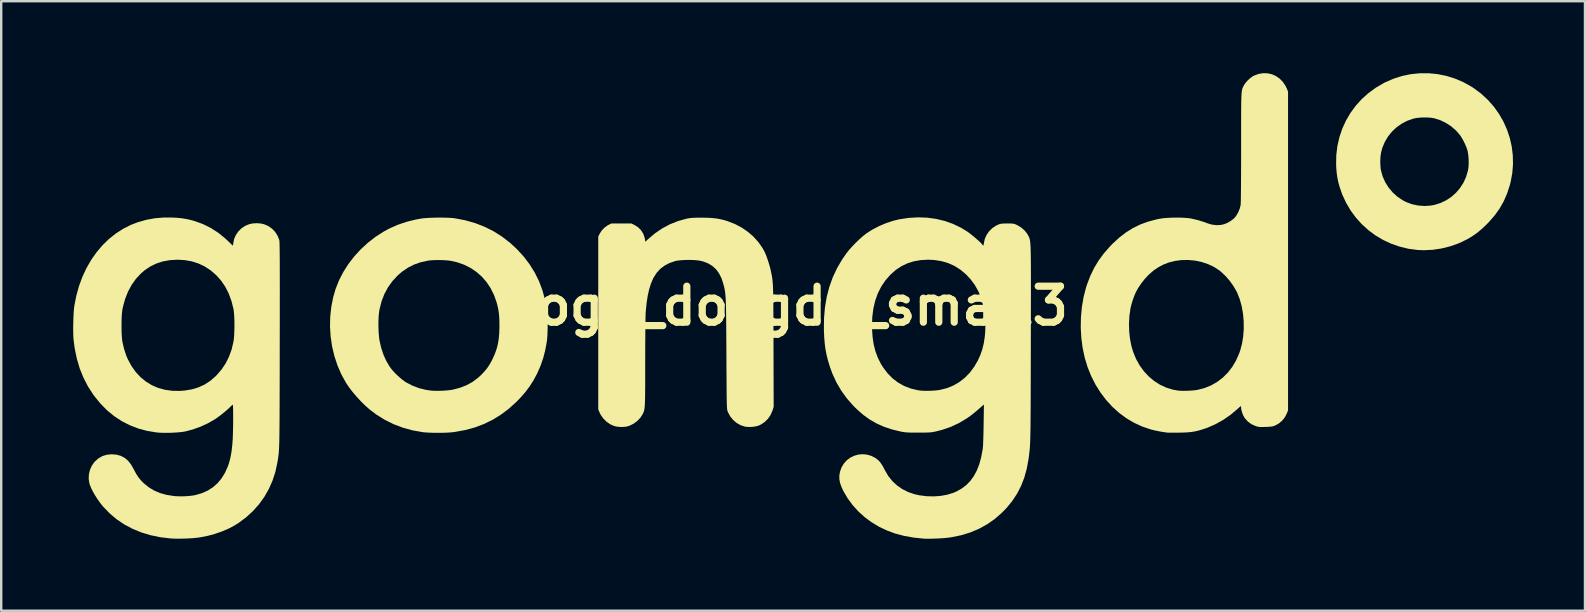
<source format=kicad_pcb>
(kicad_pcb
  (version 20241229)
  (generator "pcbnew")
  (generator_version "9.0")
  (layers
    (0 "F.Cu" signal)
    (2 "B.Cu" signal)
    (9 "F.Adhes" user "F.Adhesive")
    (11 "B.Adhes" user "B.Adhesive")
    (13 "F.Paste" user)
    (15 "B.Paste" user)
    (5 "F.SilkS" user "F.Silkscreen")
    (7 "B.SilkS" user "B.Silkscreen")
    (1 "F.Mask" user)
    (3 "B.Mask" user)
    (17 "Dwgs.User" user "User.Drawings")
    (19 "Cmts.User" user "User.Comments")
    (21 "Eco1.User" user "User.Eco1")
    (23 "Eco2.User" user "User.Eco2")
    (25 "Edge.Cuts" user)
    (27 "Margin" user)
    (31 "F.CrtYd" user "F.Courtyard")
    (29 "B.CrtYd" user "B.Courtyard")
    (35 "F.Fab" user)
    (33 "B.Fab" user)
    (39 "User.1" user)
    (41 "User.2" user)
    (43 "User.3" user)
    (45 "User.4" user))
  (footprint "logo_dongdo_small3"
    (layer "F.Cu")
    (at 29.999 9.698)
    (property "Reference" "logo_dongdo_small3" (at 0 0 0) (layer "F.SilkS") (effects (font (size 1.5 1.5) (thickness 0.3))))
    (attr board_only exclude_from_pos_files exclude_from_bom)
    (fp_poly (pts (xy 26.852 -9.66) (xy 27.217 -9.587) (xy 27.574 -9.476) (xy 27.922 -9.329) (xy 28.255 -9.145) (xy 28.37 -9.071) (xy 28.676 -8.842) (xy 28.952 -8.586) (xy 29.199 -8.307) (xy 29.414 -8.006) (xy 29.598 -7.687) (xy 29.748 -7.352) (xy 29.865 -7.004) (xy 29.946 -6.646) (xy 29.991 -6.28) (xy 30 -5.909) (xy 29.97 -5.536) (xy 29.901 -5.163) (xy 29.866 -5.027) (xy 29.753 -4.681) (xy 29.613 -4.361) (xy 29.443 -4.06) (xy 29.239 -3.775) (xy 28.999 -3.499) (xy 28.918 -3.415) (xy 28.736 -3.241) (xy 28.566 -3.094) (xy 28.396 -2.966) (xy 28.217 -2.851) (xy 28.06 -2.762) (xy 27.733 -2.607) (xy 27.386 -2.484) (xy 27.028 -2.395) (xy 26.663 -2.34) (xy 26.299 -2.321) (xy 26.028 -2.331) (xy 25.647 -2.381) (xy 25.279 -2.469) (xy 24.925 -2.592) (xy 24.588 -2.749) (xy 24.27 -2.938) (xy 23.973 -3.158) (xy 23.699 -3.406) (xy 23.451 -3.681) (xy 23.231 -3.981) (xy 23.041 -4.305) (xy 22.882 -4.649) (xy 22.777 -4.951) (xy 22.721 -5.153) (xy 22.681 -5.345) (xy 22.653 -5.541) (xy 22.635 -5.753) (xy 22.629 -5.899) (xy 22.632 -6.069) (xy 24.469 -6.069) (xy 24.471 -5.896) (xy 24.484 -5.734) (xy 24.5 -5.64) (xy 24.572 -5.385) (xy 24.681 -5.145) (xy 24.823 -4.921) (xy 24.995 -4.72) (xy 25.194 -4.543) (xy 25.417 -4.395) (xy 25.55 -4.327) (xy 25.789 -4.238) (xy 26.044 -4.184) (xy 26.306 -4.164) (xy 26.568 -4.181) (xy 26.724 -4.209) (xy 26.977 -4.287) (xy 27.214 -4.4) (xy 27.431 -4.544) (xy 27.626 -4.717) (xy 27.795 -4.916) (xy 27.936 -5.136) (xy 28.045 -5.376) (xy 28.12 -5.631) (xy 28.138 -5.725) (xy 28.15 -5.85) (xy 28.153 -5.997) (xy 28.148 -6.154) (xy 28.134 -6.304) (xy 28.113 -6.433) (xy 28.106 -6.467) (xy 28.063 -6.598) (xy 28.001 -6.746) (xy 27.927 -6.895) (xy 27.848 -7.033) (xy 27.791 -7.117) (xy 27.622 -7.312) (xy 27.423 -7.484) (xy 27.2 -7.629) (xy 26.96 -7.743) (xy 26.724 -7.818) (xy 26.602 -7.839) (xy 26.454 -7.851) (xy 26.292 -7.854) (xy 26.13 -7.847) (xy 25.981 -7.831) (xy 25.857 -7.807) (xy 25.856 -7.807) (xy 25.6 -7.718) (xy 25.362 -7.595) (xy 25.145 -7.441) (xy 24.953 -7.26) (xy 24.789 -7.055) (xy 24.655 -6.828) (xy 24.553 -6.583) (xy 24.5 -6.381) (xy 24.479 -6.236) (xy 24.469 -6.069) (xy 22.632 -6.069) (xy 22.636 -6.287) (xy 22.682 -6.665) (xy 22.766 -7.032) (xy 22.885 -7.385) (xy 23.039 -7.722) (xy 23.226 -8.041) (xy 23.445 -8.34) (xy 23.695 -8.617) (xy 23.975 -8.868) (xy 24.283 -9.093) (xy 24.617 -9.289) (xy 24.667 -9.314) (xy 25.015 -9.466) (xy 25.374 -9.581) (xy 25.74 -9.657) (xy 26.11 -9.695) (xy 26.482 -9.696)) (stroke (width 0) (type solid)) (fill yes) (layer "F.SilkS"))
    (fp_poly (pts (xy -14.51 -3.678) (xy -14.345 -3.673) (xy -14.203 -3.664) (xy -14.099 -3.652) (xy -13.663 -3.569) (xy -13.249 -3.451) (xy -12.855 -3.298) (xy -12.481 -3.11) (xy -12.128 -2.887) (xy -11.794 -2.629) (xy -11.514 -2.372) (xy -11.228 -2.06) (xy -10.979 -1.733) (xy -10.766 -1.39) (xy -10.587 -1.028) (xy -10.443 -0.645) (xy -10.333 -0.24) (xy -10.264 0.122) (xy -10.247 0.266) (xy -10.235 0.44) (xy -10.229 0.633) (xy -10.227 0.836) (xy -10.23 1.037) (xy -10.238 1.227) (xy -10.251 1.394) (xy -10.264 1.5) (xy -10.329 1.85) (xy -10.413 2.174) (xy -10.52 2.483) (xy -10.653 2.787) (xy -10.672 2.828) (xy -10.818 3.101) (xy -10.978 3.353) (xy -11.158 3.593) (xy -11.366 3.83) (xy -11.538 4.006) (xy -11.853 4.29) (xy -12.182 4.536) (xy -12.526 4.747) (xy -12.888 4.923) (xy -13.27 5.066) (xy -13.674 5.175) (xy -14.102 5.252) (xy -14.156 5.26) (xy -14.287 5.272) (xy -14.449 5.282) (xy -14.63 5.287) (xy -14.82 5.288) (xy -15.008 5.286) (xy -15.185 5.28) (xy -15.34 5.27) (xy -15.437 5.26) (xy -15.859 5.185) (xy -16.264 5.074) (xy -16.651 4.927) (xy -17.02 4.743) (xy -17.372 4.523) (xy -17.626 4.332) (xy -17.812 4.17) (xy -18.003 3.983) (xy -18.191 3.78) (xy -18.367 3.571) (xy -18.522 3.366) (xy -18.629 3.206) (xy -18.824 2.854) (xy -18.985 2.482) (xy -19.114 2.093) (xy -19.209 1.692) (xy -19.27 1.283) (xy -19.297 0.869) (xy -19.294 0.711) (xy -17.28 0.711) (xy -17.278 0.912) (xy -17.27 1.109) (xy -17.255 1.291) (xy -17.233 1.447) (xy -17.233 1.447) (xy -17.164 1.748) (xy -17.07 2.032) (xy -16.952 2.294) (xy -16.814 2.527) (xy -16.763 2.599) (xy -16.666 2.716) (xy -16.547 2.84) (xy -16.416 2.963) (xy -16.284 3.073) (xy -16.161 3.163) (xy -16.133 3.181) (xy -15.877 3.316) (xy -15.598 3.423) (xy -15.306 3.497) (xy -15.113 3.526) (xy -14.968 3.537) (xy -14.799 3.539) (xy -14.618 3.534) (xy -14.439 3.523) (xy -14.276 3.505) (xy -14.171 3.487) (xy -13.873 3.409) (xy -13.602 3.302) (xy -13.353 3.164) (xy -13.125 2.993) (xy -12.979 2.856) (xy -12.85 2.718) (xy -12.745 2.589) (xy -12.654 2.453) (xy -12.567 2.298) (xy -12.527 2.22) (xy -12.434 2.013) (xy -12.36 1.811) (xy -12.306 1.607) (xy -12.268 1.391) (xy -12.246 1.154) (xy -12.237 0.89) (xy -12.237 0.821) (xy -12.239 0.613) (xy -12.248 0.435) (xy -12.263 0.277) (xy -12.287 0.129) (xy -12.32 -0.02) (xy -12.355 -0.15) (xy -12.463 -0.455) (xy -12.603 -0.736) (xy -12.771 -0.99) (xy -12.968 -1.217) (xy -13.192 -1.415) (xy -13.44 -1.582) (xy -13.711 -1.718) (xy -14.004 -1.82) (xy -14.258 -1.878) (xy -14.382 -1.894) (xy -14.534 -1.905) (xy -14.701 -1.911) (xy -14.87 -1.911) (xy -15.029 -1.905) (xy -15.166 -1.893) (xy -15.214 -1.887) (xy -15.516 -1.821) (xy -15.795 -1.723) (xy -16.054 -1.592) (xy -16.296 -1.426) (xy -16.479 -1.267) (xy -16.696 -1.033) (xy -16.88 -0.776) (xy -17.031 -0.496) (xy -17.148 -0.194) (xy -17.231 0.132) (xy -17.243 0.193) (xy -17.262 0.34) (xy -17.274 0.516) (xy -17.28 0.711) (xy -19.294 0.711) (xy -19.288 0.454) (xy -19.244 0.044) (xy -19.165 -0.36) (xy -19.063 -0.709) (xy -18.922 -1.066) (xy -18.743 -1.412) (xy -18.531 -1.746) (xy -18.287 -2.062) (xy -18.015 -2.359) (xy -17.718 -2.633) (xy -17.398 -2.881) (xy -17.058 -3.099) (xy -16.823 -3.226) (xy -16.482 -3.377) (xy -16.115 -3.502) (xy -15.729 -3.598) (xy -15.487 -3.642) (xy -15.37 -3.656) (xy -15.224 -3.667) (xy -15.055 -3.674) (xy -14.874 -3.679) (xy -14.69 -3.68)) (stroke (width 0) (type solid)) (fill yes) (layer "F.SilkS"))
    (fp_poly (pts (xy -3.583 -3.674) (xy -3.384 -3.664) (xy -3.207 -3.645) (xy -3.041 -3.616) (xy -2.876 -3.576) (xy -2.719 -3.528) (xy -2.419 -3.411) (xy -2.138 -3.262) (xy -1.88 -3.085) (xy -1.647 -2.882) (xy -1.444 -2.656) (xy -1.272 -2.409) (xy -1.189 -2.258) (xy -1.147 -2.163) (xy -1.099 -2.04) (xy -1.051 -1.9) (xy -1.004 -1.755) (xy -0.964 -1.616) (xy -0.935 -1.497) (xy -0.919 -1.423) (xy -0.905 -1.356) (xy -0.892 -1.293) (xy -0.88 -1.231) (xy -0.87 -1.168) (xy -0.862 -1.101) (xy -0.854 -1.029) (xy -0.847 -0.948) (xy -0.841 -0.857) (xy -0.837 -0.752) (xy -0.833 -0.632) (xy -0.829 -0.494) (xy -0.826 -0.336) (xy -0.824 -0.155) (xy -0.822 0.051) (xy -0.821 0.285) (xy -0.82 0.549) (xy -0.819 0.846) (xy -0.818 1.177) (xy -0.816 1.545) (xy -0.816 1.683) (xy -0.809 4.206) (xy -0.861 4.369) (xy -0.939 4.545) (xy -1.048 4.704) (xy -1.185 4.839) (xy -1.343 4.944) (xy -1.438 4.988) (xy -1.546 5.018) (xy -1.677 5.038) (xy -1.814 5.045) (xy -1.942 5.039) (xy -2.006 5.029) (xy -2.186 4.971) (xy -2.351 4.877) (xy -2.497 4.754) (xy -2.619 4.604) (xy -2.711 4.434) (xy -2.724 4.402) (xy -2.73 4.384) (xy -2.736 4.365) (xy -2.742 4.344) (xy -2.746 4.317) (xy -2.751 4.283) (xy -2.754 4.239) (xy -2.757 4.183) (xy -2.76 4.113) (xy -2.763 4.026) (xy -2.765 3.919) (xy -2.767 3.792) (xy -2.769 3.641) (xy -2.77 3.464) (xy -2.772 3.258) (xy -2.773 3.022) (xy -2.775 2.753) (xy -2.777 2.448) (xy -2.778 2.106) (xy -2.779 2.007) (xy -2.781 1.637) (xy -2.783 1.306) (xy -2.785 1.01) (xy -2.787 0.747) (xy -2.789 0.514) (xy -2.792 0.31) (xy -2.795 0.131) (xy -2.798 -0.024) (xy -2.803 -0.159) (xy -2.808 -0.276) (xy -2.814 -0.377) (xy -2.821 -0.465) (xy -2.829 -0.543) (xy -2.838 -0.612) (xy -2.849 -0.676) (xy -2.861 -0.736) (xy -2.875 -0.796) (xy -2.891 -0.857) (xy -2.908 -0.923) (xy -2.909 -0.928) (xy -2.986 -1.16) (xy -3.087 -1.359) (xy -3.211 -1.527) (xy -3.362 -1.664) (xy -3.539 -1.772) (xy -3.744 -1.851) (xy -3.852 -1.879) (xy -3.962 -1.897) (xy -4.1 -1.909) (xy -4.256 -1.915) (xy -4.419 -1.916) (xy -4.58 -1.91) (xy -4.727 -1.899) (xy -4.852 -1.882) (xy -4.916 -1.868) (xy -5.152 -1.787) (xy -5.358 -1.679) (xy -5.536 -1.543) (xy -5.686 -1.377) (xy -5.811 -1.182) (xy -5.837 -1.132) (xy -5.924 -0.926) (xy -5.997 -0.694) (xy -6.056 -0.432) (xy -6.102 -0.138) (xy -6.136 0.191) (xy -6.142 0.274) (xy -6.145 0.337) (xy -6.148 0.437) (xy -6.151 0.571) (xy -6.153 0.734) (xy -6.156 0.925) (xy -6.158 1.138) (xy -6.159 1.371) (xy -6.161 1.619) (xy -6.162 1.88) (xy -6.162 2.15) (xy -6.163 2.362) (xy -6.163 2.685) (xy -6.163 2.971) (xy -6.163 3.221) (xy -6.164 3.439) (xy -6.166 3.627) (xy -6.168 3.788) (xy -6.17 3.924) (xy -6.174 4.038) (xy -6.179 4.133) (xy -6.185 4.211) (xy -6.192 4.275) (xy -6.201 4.328) (xy -6.212 4.373) (xy -6.224 4.411) (xy -6.238 4.446) (xy -6.254 4.48) (xy -6.272 4.517) (xy -6.273 4.519) (xy -6.366 4.662) (xy -6.49 4.792) (xy -6.636 4.901) (xy -6.796 4.984) (xy -6.9 5.019) (xy -7.026 5.041) (xy -7.172 5.045) (xy -7.318 5.034) (xy -7.447 5.008) (xy -7.454 5.005) (xy -7.619 4.933) (xy -7.772 4.827) (xy -7.906 4.694) (xy -8.015 4.541) (xy -8.071 4.426) (xy -8.119 4.308) (xy -8.119 0.709) (xy -8.119 -2.889) (xy -8.061 -3.006) (xy -7.976 -3.139) (xy -7.863 -3.259) (xy -7.734 -3.354) (xy -7.689 -3.378) (xy -7.571 -3.436) (xy -7.155 -3.436) (xy -6.739 -3.436) (xy -6.605 -3.37) (xy -6.455 -3.274) (xy -6.333 -3.151) (xy -6.242 -3.003) (xy -6.184 -2.834) (xy -6.172 -2.771) (xy -6.158 -2.674) (xy -6.054 -2.772) (xy -5.763 -3.019) (xy -5.457 -3.228) (xy -5.135 -3.4) (xy -4.797 -3.535) (xy -4.446 -3.633) (xy -4.371 -3.648) (xy -4.3 -3.66) (xy -4.224 -3.668) (xy -4.135 -3.673) (xy -4.026 -3.676) (xy -3.887 -3.677) (xy -3.811 -3.678)) (stroke (width 0) (type solid)) (fill yes) (layer "F.SilkS"))
    (fp_poly (pts (xy 19.772 -9.693) (xy 19.953 -9.653) (xy 20.122 -9.578) (xy 20.275 -9.472) (xy 20.41 -9.335) (xy 20.521 -9.168) (xy 20.579 -9.046) (xy 20.626 -8.93) (xy 20.626 -2.291) (xy 20.626 4.348) (xy 20.58 4.47) (xy 20.496 4.636) (xy 20.381 4.781) (xy 20.242 4.899) (xy 20.083 4.985) (xy 20.074 4.989) (xy 20.015 5.009) (xy 19.952 5.024) (xy 19.876 5.033) (xy 19.777 5.04) (xy 19.683 5.043) (xy 19.566 5.046) (xy 19.479 5.045) (xy 19.412 5.04) (xy 19.356 5.03) (xy 19.299 5.014) (xy 19.281 5.008) (xy 19.104 4.93) (xy 18.956 4.824) (xy 18.833 4.688) (xy 18.798 4.636) (xy 18.752 4.549) (xy 18.712 4.446) (xy 18.683 4.343) (xy 18.67 4.256) (xy 18.67 4.245) (xy 18.667 4.199) (xy 18.659 4.176) (xy 18.657 4.176) (xy 18.638 4.189) (xy 18.596 4.223) (xy 18.541 4.273) (xy 18.517 4.296) (xy 18.236 4.533) (xy 17.931 4.745) (xy 17.609 4.925) (xy 17.278 5.071) (xy 17.15 5.116) (xy 16.992 5.167) (xy 16.851 5.206) (xy 16.718 5.235) (xy 16.583 5.255) (xy 16.436 5.269) (xy 16.267 5.277) (xy 16.085 5.281) (xy 15.951 5.282) (xy 15.827 5.283) (xy 15.721 5.283) (xy 15.639 5.281) (xy 15.588 5.279) (xy 15.579 5.279) (xy 15.314 5.237) (xy 15.084 5.192) (xy 14.902 5.146) (xy 14.548 5.026) (xy 14.209 4.87) (xy 13.887 4.679) (xy 13.585 4.456) (xy 13.304 4.202) (xy 13.045 3.92) (xy 12.81 3.61) (xy 12.601 3.276) (xy 12.42 2.919) (xy 12.269 2.54) (xy 12.153 2.159) (xy 12.066 1.753) (xy 12.011 1.332) (xy 11.987 0.904) (xy 11.99 0.735) (xy 13.998 0.735) (xy 14.006 1.058) (xy 14.04 1.374) (xy 14.099 1.674) (xy 14.172 1.919) (xy 14.293 2.212) (xy 14.444 2.482) (xy 14.621 2.725) (xy 14.822 2.941) (xy 15.045 3.127) (xy 15.287 3.282) (xy 15.547 3.403) (xy 15.822 3.488) (xy 16.025 3.526) (xy 16.134 3.535) (xy 16.272 3.539) (xy 16.424 3.536) (xy 16.578 3.529) (xy 16.722 3.517) (xy 16.843 3.5) (xy 16.858 3.497) (xy 17.148 3.422) (xy 17.421 3.311) (xy 17.675 3.165) (xy 17.907 2.988) (xy 18.116 2.78) (xy 18.3 2.542) (xy 18.457 2.277) (xy 18.586 1.987) (xy 18.63 1.864) (xy 18.707 1.576) (xy 18.757 1.27) (xy 18.78 0.954) (xy 18.777 0.635) (xy 18.748 0.318) (xy 18.694 0.013) (xy 18.614 -0.276) (xy 18.51 -0.541) (xy 18.483 -0.598) (xy 18.352 -0.825) (xy 18.195 -1.046) (xy 18.018 -1.249) (xy 17.83 -1.425) (xy 17.759 -1.482) (xy 17.536 -1.627) (xy 17.289 -1.743) (xy 17.025 -1.83) (xy 16.749 -1.888) (xy 16.467 -1.914) (xy 16.185 -1.91) (xy 15.909 -1.874) (xy 15.643 -1.806) (xy 15.43 -1.722) (xy 15.219 -1.61) (xy 15.027 -1.48) (xy 14.843 -1.321) (xy 14.787 -1.267) (xy 14.646 -1.114) (xy 14.509 -0.938) (xy 14.385 -0.754) (xy 14.291 -0.588) (xy 14.239 -0.471) (xy 14.184 -0.329) (xy 14.133 -0.177) (xy 14.09 -0.028) (xy 14.059 0.102) (xy 14.059 0.105) (xy 14.015 0.414) (xy 13.998 0.735) (xy 11.99 0.735) (xy 11.995 0.475) (xy 12.034 0.05) (xy 12.104 -0.363) (xy 12.205 -0.758) (xy 12.254 -0.909) (xy 12.391 -1.264) (xy 12.551 -1.592) (xy 12.738 -1.901) (xy 12.956 -2.196) (xy 13.209 -2.484) (xy 13.317 -2.595) (xy 13.593 -2.848) (xy 13.873 -3.064) (xy 14.163 -3.245) (xy 14.469 -3.394) (xy 14.796 -3.513) (xy 15.149 -3.606) (xy 15.284 -3.633) (xy 15.422 -3.654) (xy 15.588 -3.668) (xy 15.771 -3.677) (xy 15.962 -3.681) (xy 16.151 -3.679) (xy 16.327 -3.671) (xy 16.481 -3.657) (xy 16.577 -3.643) (xy 16.864 -3.577) (xy 17.141 -3.491) (xy 17.263 -3.444) (xy 17.444 -3.39) (xy 17.632 -3.366) (xy 17.817 -3.373) (xy 17.956 -3.403) (xy 18.096 -3.459) (xy 18.235 -3.54) (xy 18.358 -3.634) (xy 18.419 -3.696) (xy 18.493 -3.8) (xy 18.561 -3.928) (xy 18.615 -4.065) (xy 18.648 -4.193) (xy 18.649 -4.196) (xy 18.652 -4.24) (xy 18.656 -4.323) (xy 18.659 -4.446) (xy 18.661 -4.606) (xy 18.663 -4.803) (xy 18.665 -5.037) (xy 18.667 -5.306) (xy 18.668 -5.609) (xy 18.669 -5.946) (xy 18.67 -6.316) (xy 18.67 -6.6) (xy 18.67 -6.959) (xy 18.67 -7.279) (xy 18.67 -7.564) (xy 18.67 -7.815) (xy 18.671 -8.035) (xy 18.672 -8.227) (xy 18.674 -8.392) (xy 18.676 -8.533) (xy 18.679 -8.652) (xy 18.683 -8.752) (xy 18.688 -8.835) (xy 18.694 -8.903) (xy 18.701 -8.959) (xy 18.709 -9.005) (xy 18.719 -9.044) (xy 18.73 -9.077) (xy 18.743 -9.107) (xy 18.758 -9.137) (xy 18.774 -9.169) (xy 18.786 -9.192) (xy 18.848 -9.287) (xy 18.935 -9.388) (xy 19.037 -9.482) (xy 19.141 -9.559) (xy 19.204 -9.595) (xy 19.394 -9.666) (xy 19.585 -9.698)) (stroke (width 0) (type solid)) (fill yes) (layer "F.SilkS"))
    (fp_poly (pts (xy -25.645 -3.67) (xy -25.439 -3.648) (xy -25.244 -3.614) (xy -25.046 -3.566) (xy -24.934 -3.534) (xy -24.594 -3.411) (xy -24.27 -3.25) (xy -23.961 -3.053) (xy -23.67 -2.819) (xy -23.521 -2.679) (xy -23.455 -2.614) (xy -23.4 -2.561) (xy -23.361 -2.525) (xy -23.346 -2.514) (xy -23.34 -2.532) (xy -23.332 -2.579) (xy -23.327 -2.62) (xy -23.292 -2.792) (xy -23.22 -2.955) (xy -23.118 -3.103) (xy -22.989 -3.231) (xy -22.837 -3.334) (xy -22.669 -3.405) (xy -22.517 -3.437) (xy -22.349 -3.447) (xy -22.181 -3.434) (xy -22.049 -3.405) (xy -21.874 -3.331) (xy -21.718 -3.223) (xy -21.586 -3.087) (xy -21.483 -2.927) (xy -21.412 -2.749) (xy -21.409 -2.737) (xy -21.406 -2.716) (xy -21.403 -2.678) (xy -21.401 -2.62) (xy -21.399 -2.542) (xy -21.397 -2.442) (xy -21.395 -2.318) (xy -21.394 -2.169) (xy -21.392 -1.995) (xy -21.391 -1.793) (xy -21.391 -1.563) (xy -21.39 -1.303) (xy -21.39 -1.012) (xy -21.389 -0.689) (xy -21.39 -0.332) (xy -21.39 0.06) (xy -21.39 0.489) (xy -21.391 0.955) (xy -21.392 1.459) (xy -21.392 1.612) (xy -21.393 2.106) (xy -21.393 2.561) (xy -21.394 2.979) (xy -21.395 3.362) (xy -21.396 3.712) (xy -21.397 4.03) (xy -21.398 4.318) (xy -21.399 4.578) (xy -21.4 4.812) (xy -21.402 5.021) (xy -21.404 5.208) (xy -21.406 5.373) (xy -21.408 5.52) (xy -21.411 5.649) (xy -21.414 5.763) (xy -21.418 5.863) (xy -21.422 5.951) (xy -21.426 6.029) (xy -21.431 6.098) (xy -21.437 6.16) (xy -21.443 6.218) (xy -21.45 6.273) (xy -21.458 6.326) (xy -21.466 6.38) (xy -21.475 6.436) (xy -21.485 6.497) (xy -21.489 6.517) (xy -21.571 6.904) (xy -21.69 7.274) (xy -21.844 7.624) (xy -22.032 7.955) (xy -22.254 8.263) (xy -22.507 8.548) (xy -22.791 8.808) (xy -23.105 9.041) (xy -23.279 9.151) (xy -23.527 9.282) (xy -23.804 9.4) (xy -24.1 9.502) (xy -24.405 9.584) (xy -24.709 9.643) (xy -24.802 9.656) (xy -24.974 9.674) (xy -25.17 9.688) (xy -25.377 9.696) (xy -25.583 9.7) (xy -25.774 9.698) (xy -25.939 9.689) (xy -25.944 9.689) (xy -26.372 9.638) (xy -26.779 9.554) (xy -27.166 9.436) (xy -27.529 9.287) (xy -27.87 9.105) (xy -28.187 8.892) (xy -28.478 8.647) (xy -28.743 8.372) (xy -28.76 8.353) (xy -28.877 8.206) (xy -28.991 8.045) (xy -29.096 7.88) (xy -29.188 7.717) (xy -29.262 7.564) (xy -29.314 7.43) (xy -29.324 7.395) (xy -29.353 7.211) (xy -29.345 7.023) (xy -29.302 6.838) (xy -29.227 6.666) (xy -29.12 6.512) (xy -29.096 6.485) (xy -28.949 6.354) (xy -28.788 6.261) (xy -28.609 6.204) (xy -28.412 6.183) (xy -28.39 6.183) (xy -28.191 6.199) (xy -28.013 6.249) (xy -27.854 6.332) (xy -27.713 6.451) (xy -27.589 6.607) (xy -27.48 6.799) (xy -27.479 6.801) (xy -27.377 6.994) (xy -27.269 7.157) (xy -27.148 7.301) (xy -27.057 7.391) (xy -26.849 7.559) (xy -26.623 7.695) (xy -26.375 7.8) (xy -26.104 7.875) (xy -25.806 7.921) (xy -25.75 7.927) (xy -25.586 7.935) (xy -25.407 7.934) (xy -25.226 7.925) (xy -25.059 7.908) (xy -24.918 7.885) (xy -24.646 7.807) (xy -24.399 7.699) (xy -24.179 7.559) (xy -23.984 7.388) (xy -23.815 7.185) (xy -23.672 6.951) (xy -23.553 6.686) (xy -23.506 6.547) (xy -23.445 6.316) (xy -23.398 6.05) (xy -23.365 5.75) (xy -23.353 5.575) (xy -23.347 5.46) (xy -23.343 5.326) (xy -23.339 5.179) (xy -23.336 5.024) (xy -23.334 4.866) (xy -23.333 4.711) (xy -23.333 4.563) (xy -23.334 4.427) (xy -23.336 4.31) (xy -23.338 4.216) (xy -23.342 4.15) (xy -23.347 4.118) (xy -23.348 4.115) (xy -23.37 4.129) (xy -23.41 4.164) (xy -23.445 4.199) (xy -23.532 4.283) (xy -23.644 4.381) (xy -23.769 4.485) (xy -23.898 4.585) (xy -24.021 4.674) (xy -24.072 4.709) (xy -24.368 4.882) (xy -24.689 5.031) (xy -25.024 5.151) (xy -25.329 5.231) (xy -25.449 5.251) (xy -25.599 5.267) (xy -25.769 5.279) (xy -25.95 5.287) (xy -26.131 5.289) (xy -26.302 5.287) (xy -26.453 5.279) (xy -26.528 5.272) (xy -26.92 5.207) (xy -27.292 5.107) (xy -27.645 4.97) (xy -27.979 4.799) (xy -28.293 4.592) (xy -28.588 4.349) (xy -28.863 4.07) (xy -29.119 3.756) (xy -29.165 3.693) (xy -29.387 3.349) (xy -29.574 2.985) (xy -29.729 2.6) (xy -29.849 2.194) (xy -29.937 1.764) (xy -29.984 1.403) (xy -29.992 1.28) (xy -29.997 1.127) (xy -29.999 0.954) (xy -29.998 0.91) (xy -27.985 0.91) (xy -27.982 1.085) (xy -27.974 1.247) (xy -27.963 1.386) (xy -27.948 1.494) (xy -27.948 1.495) (xy -27.877 1.799) (xy -27.787 2.072) (xy -27.72 2.228) (xy -27.567 2.508) (xy -27.39 2.757) (xy -27.19 2.972) (xy -26.967 3.154) (xy -26.724 3.302) (xy -26.461 3.416) (xy -26.179 3.494) (xy -25.88 3.536) (xy -25.564 3.542) (xy -25.347 3.526) (xy -25.05 3.476) (xy -24.778 3.393) (xy -24.526 3.278) (xy -24.293 3.127) (xy -24.075 2.941) (xy -24.02 2.885) (xy -23.814 2.646) (xy -23.643 2.39) (xy -23.505 2.115) (xy -23.397 1.816) (xy -23.32 1.491) (xy -23.32 1.49) (xy -23.304 1.376) (xy -23.292 1.233) (xy -23.284 1.067) (xy -23.28 0.89) (xy -23.28 0.709) (xy -23.284 0.533) (xy -23.292 0.371) (xy -23.304 0.233) (xy -23.319 0.132) (xy -23.403 -0.204) (xy -23.517 -0.514) (xy -23.661 -0.797) (xy -23.834 -1.052) (xy -24.037 -1.28) (xy -24.269 -1.48) (xy -24.269 -1.481) (xy -24.517 -1.643) (xy -24.779 -1.768) (xy -25.057 -1.857) (xy -25.353 -1.909) (xy -25.653 -1.926) (xy -25.966 -1.908) (xy -26.259 -1.856) (xy -26.531 -1.768) (xy -26.785 -1.646) (xy -27.02 -1.487) (xy -27.18 -1.349) (xy -27.387 -1.125) (xy -27.566 -0.872) (xy -27.716 -0.592) (xy -27.837 -0.286) (xy -27.927 0.045) (xy -27.948 0.147) (xy -27.963 0.255) (xy -27.974 0.394) (xy -27.982 0.556) (xy -27.985 0.731) (xy -27.985 0.91) (xy -29.998 0.91) (xy -29.997 0.769) (xy -29.992 0.582) (xy -29.985 0.401) (xy -29.976 0.234) (xy -29.964 0.092) (xy -29.952 0) (xy -29.87 -0.421) (xy -29.758 -0.825) (xy -29.616 -1.21) (xy -29.447 -1.573) (xy -29.251 -1.914) (xy -29.03 -2.23) (xy -28.785 -2.52) (xy -28.518 -2.781) (xy -28.23 -3.012) (xy -27.923 -3.211) (xy -27.598 -3.375) (xy -27.308 -3.487) (xy -26.957 -3.587) (xy -26.601 -3.652) (xy -26.233 -3.683) (xy -25.877 -3.683)) (stroke (width 0) (type solid)) (fill yes) (layer "F.SilkS"))
    (fp_poly (pts (xy 5.585 -3.678) (xy 5.959 -3.627) (xy 6.32 -3.54) (xy 6.667 -3.417) (xy 6.997 -3.258) (xy 7.248 -3.105) (xy 7.331 -3.046) (xy 7.425 -2.973) (xy 7.526 -2.892) (xy 7.625 -2.808) (xy 7.717 -2.727) (xy 7.795 -2.654) (xy 7.852 -2.596) (xy 7.878 -2.564) (xy 7.906 -2.528) (xy 7.926 -2.514) (xy 7.936 -2.532) (xy 7.946 -2.579) (xy 7.952 -2.62) (xy 7.99 -2.795) (xy 8.064 -2.96) (xy 8.169 -3.111) (xy 8.301 -3.241) (xy 8.455 -3.344) (xy 8.55 -3.389) (xy 8.605 -3.409) (xy 8.659 -3.422) (xy 8.723 -3.43) (xy 8.805 -3.434) (xy 8.918 -3.436) (xy 8.93 -3.436) (xy 9.038 -3.435) (xy 9.116 -3.433) (xy 9.174 -3.427) (xy 9.223 -3.416) (xy 9.273 -3.397) (xy 9.335 -3.368) (xy 9.352 -3.36) (xy 9.507 -3.267) (xy 9.643 -3.148) (xy 9.752 -3.012) (xy 9.798 -2.932) (xy 9.811 -2.905) (xy 9.824 -2.88) (xy 9.835 -2.856) (xy 9.845 -2.832) (xy 9.855 -2.805) (xy 9.863 -2.773) (xy 9.871 -2.736) (xy 9.878 -2.691) (xy 9.884 -2.637) (xy 9.889 -2.571) (xy 9.894 -2.493) (xy 9.898 -2.4) (xy 9.901 -2.292) (xy 9.904 -2.165) (xy 9.906 -2.019) (xy 9.908 -1.852) (xy 9.909 -1.661) (xy 9.91 -1.446) (xy 9.911 -1.205) (xy 9.911 -0.936) (xy 9.911 -0.637) (xy 9.91 -0.307) (xy 9.91 0.057) (xy 9.909 0.455) (xy 9.908 0.89) (xy 9.907 1.363) (xy 9.907 1.55) (xy 9.906 2.035) (xy 9.905 2.482) (xy 9.904 2.892) (xy 9.903 3.267) (xy 9.902 3.609) (xy 9.901 3.92) (xy 9.9 4.202) (xy 9.898 4.456) (xy 9.897 4.684) (xy 9.895 4.889) (xy 9.893 5.072) (xy 9.89 5.234) (xy 9.887 5.379) (xy 9.884 5.507) (xy 9.881 5.621) (xy 9.876 5.723) (xy 9.872 5.813) (xy 9.867 5.895) (xy 9.861 5.97) (xy 9.854 6.04) (xy 9.847 6.106) (xy 9.839 6.172) (xy 9.831 6.237) (xy 9.822 6.305) (xy 9.812 6.378) (xy 9.811 6.385) (xy 9.738 6.781) (xy 9.636 7.151) (xy 9.502 7.497) (xy 9.335 7.822) (xy 9.134 8.127) (xy 8.899 8.415) (xy 8.694 8.626) (xy 8.401 8.88) (xy 8.087 9.099) (xy 7.753 9.284) (xy 7.398 9.435) (xy 7.021 9.552) (xy 6.621 9.635) (xy 6.465 9.658) (xy 6.351 9.67) (xy 6.212 9.681) (xy 6.058 9.69) (xy 5.898 9.696) (xy 5.743 9.701) (xy 5.604 9.702) (xy 5.491 9.7) (xy 5.453 9.698) (xy 5.025 9.654) (xy 4.626 9.583) (xy 4.252 9.484) (xy 3.902 9.355) (xy 3.572 9.197) (xy 3.261 9.008) (xy 2.997 8.814) (xy 2.728 8.572) (xy 2.483 8.302) (xy 2.269 8.01) (xy 2.1 7.722) (xy 2.013 7.537) (xy 1.956 7.37) (xy 1.928 7.215) (xy 1.928 7.065) (xy 1.955 6.912) (xy 1.957 6.903) (xy 2.023 6.722) (xy 2.12 6.563) (xy 2.242 6.43) (xy 2.384 6.323) (xy 2.543 6.245) (xy 2.714 6.196) (xy 2.892 6.179) (xy 3.073 6.195) (xy 3.252 6.246) (xy 3.425 6.334) (xy 3.445 6.348) (xy 3.535 6.416) (xy 3.614 6.497) (xy 3.689 6.598) (xy 3.764 6.726) (xy 3.829 6.852) (xy 3.965 7.086) (xy 4.132 7.295) (xy 4.327 7.478) (xy 4.548 7.631) (xy 4.794 7.755) (xy 5.061 7.847) (xy 5.271 7.893) (xy 5.566 7.93) (xy 5.859 7.937) (xy 6.144 7.917) (xy 6.414 7.869) (xy 6.663 7.794) (xy 6.788 7.742) (xy 7.01 7.621) (xy 7.207 7.474) (xy 7.379 7.301) (xy 7.527 7.099) (xy 7.652 6.868) (xy 7.755 6.606) (xy 7.837 6.312) (xy 7.898 5.983) (xy 7.906 5.929) (xy 7.912 5.873) (xy 7.917 5.782) (xy 7.922 5.661) (xy 7.927 5.516) (xy 7.932 5.352) (xy 7.936 5.174) (xy 7.939 4.988) (xy 7.94 4.937) (xy 7.952 4.107) (xy 7.853 4.194) (xy 7.724 4.307) (xy 7.619 4.397) (xy 7.531 4.47) (xy 7.456 4.53) (xy 7.386 4.583) (xy 7.316 4.633) (xy 7.239 4.686) (xy 7.226 4.694) (xy 6.906 4.885) (xy 6.569 5.041) (xy 6.21 5.164) (xy 5.937 5.234) (xy 5.866 5.248) (xy 5.8 5.26) (xy 5.731 5.268) (xy 5.652 5.273) (xy 5.558 5.277) (xy 5.439 5.279) (xy 5.29 5.28) (xy 5.22 5.28) (xy 5.056 5.28) (xy 4.925 5.279) (xy 4.819 5.276) (xy 4.733 5.271) (xy 4.658 5.264) (xy 4.587 5.253) (xy 4.512 5.24) (xy 4.485 5.235) (xy 4.126 5.148) (xy 3.797 5.039) (xy 3.493 4.905) (xy 3.208 4.743) (xy 2.936 4.549) (xy 2.674 4.322) (xy 2.523 4.173) (xy 2.249 3.864) (xy 2.012 3.538) (xy 1.809 3.193) (xy 1.639 2.825) (xy 1.533 2.534) (xy 1.457 2.285) (xy 1.397 2.049) (xy 1.351 1.815) (xy 1.319 1.572) (xy 1.297 1.311) (xy 1.284 1.021) (xy 1.284 0.993) (xy 1.285 0.841) (xy 3.288 0.841) (xy 3.29 0.963) (xy 3.313 1.3) (xy 3.36 1.609) (xy 3.432 1.893) (xy 3.531 2.158) (xy 3.657 2.41) (xy 3.757 2.57) (xy 3.941 2.812) (xy 4.147 3.021) (xy 4.376 3.195) (xy 4.626 3.335) (xy 4.896 3.44) (xy 5.185 3.51) (xy 5.297 3.527) (xy 5.412 3.536) (xy 5.555 3.539) (xy 5.711 3.536) (xy 5.868 3.528) (xy 6.013 3.515) (xy 6.132 3.498) (xy 6.134 3.497) (xy 6.421 3.423) (xy 6.689 3.312) (xy 6.937 3.167) (xy 7.164 2.988) (xy 7.369 2.776) (xy 7.551 2.531) (xy 7.698 2.278) (xy 7.804 2.044) (xy 7.887 1.804) (xy 7.948 1.549) (xy 7.99 1.271) (xy 8.006 1.087) (xy 8.017 0.714) (xy 7.993 0.358) (xy 7.937 0.02) (xy 7.848 -0.299) (xy 7.727 -0.596) (xy 7.574 -0.87) (xy 7.39 -1.119) (xy 7.206 -1.315) (xy 6.975 -1.508) (xy 6.728 -1.665) (xy 6.463 -1.784) (xy 6.181 -1.867) (xy 5.882 -1.914) (xy 5.632 -1.926) (xy 5.321 -1.909) (xy 5.031 -1.859) (xy 4.762 -1.774) (xy 4.512 -1.654) (xy 4.278 -1.498) (xy 4.06 -1.306) (xy 4.054 -1.299) (xy 3.847 -1.063) (xy 3.673 -0.805) (xy 3.531 -0.523) (xy 3.422 -0.218) (xy 3.345 0.111) (xy 3.3 0.464) (xy 3.288 0.841) (xy 1.285 0.841) (xy 1.289 0.517) (xy 1.328 0.062) (xy 1.401 -0.373) (xy 1.509 -0.789) (xy 1.652 -1.187) (xy 1.83 -1.569) (xy 2.044 -1.935) (xy 2.225 -2.196) (xy 2.333 -2.332) (xy 2.464 -2.479) (xy 2.609 -2.629) (xy 2.759 -2.773) (xy 2.905 -2.903) (xy 3.039 -3.009) (xy 3.062 -3.026) (xy 3.306 -3.182) (xy 3.579 -3.324) (xy 3.867 -3.446) (xy 4.158 -3.544) (xy 4.409 -3.606) (xy 4.808 -3.667) (xy 5.201 -3.691)) (stroke (width 0) (type solid)) (fill yes) (layer "F.SilkS")))
  (gr_rect
    (start -3 -3)
    (end 62.998 22.4)
    (stroke (width 0.1) (type default))
    (fill no)
    (layer "Edge.Cuts")))
</source>
